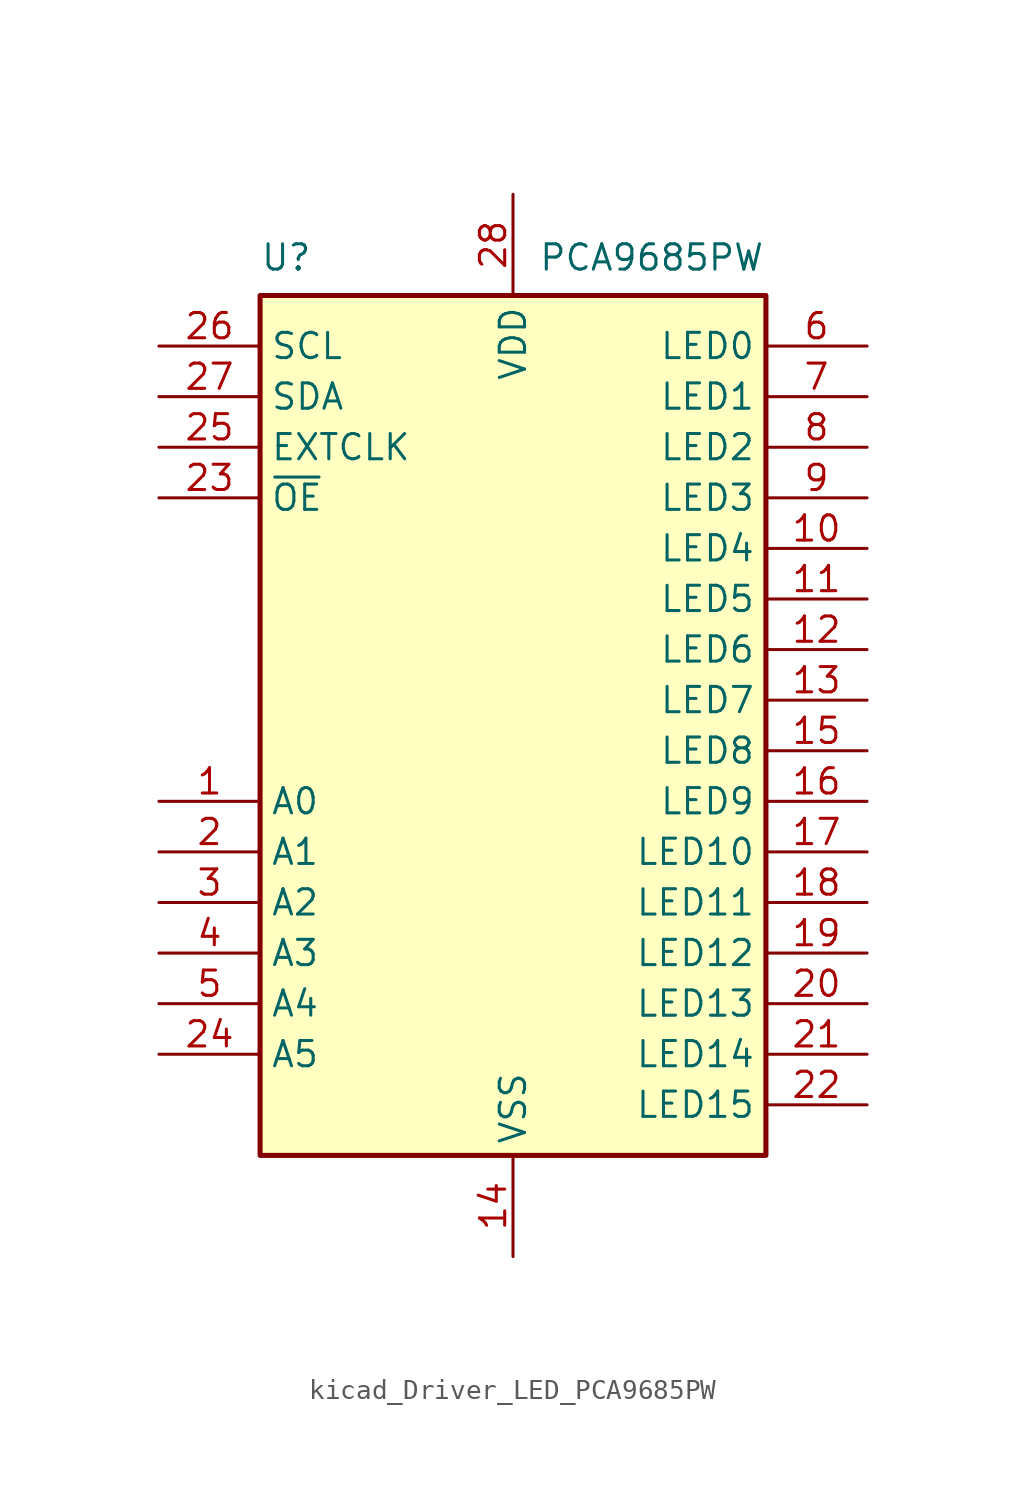
<source format=kicad_sym>
(kicad_symbol_lib
  (version 20220914)
  (generator kicad_symbol_editor)
  (symbol "kicad_Driver_LED_PCA9685PW"
    (property "Reference" "U"
      (at -12.7 22.225 0)
      (effects (font (size 1.27 1.27)) (justify left)))
    (property "Value" "PCA9685PW"
      (at 1.27 22.225 0)
      (effects (font (size 1.27 1.27)) (justify left)))
    (symbol "kicad_Driver_LED_PCA9685PW_0_1"
      (rectangle (start -12.7 20.32) (end 12.7 -22.86) (stroke (width 0.254) (type default)) (fill (type background))))
    (symbol "kicad_Driver_LED_PCA9685PW_1_1"
      (pin input line (at -17.78 -5.08 0) (length 5.08) (name "A0" (effects (font (size 1.27 1.27)))) (number "1" (effects (font (size 1.27 1.27)))))
      (pin output line (at 17.78 7.62 180) (length 5.08) (name "LED4" (effects (font (size 1.27 1.27)))) (number "10" (effects (font (size 1.27 1.27)))))
      (pin output line (at 17.78 5.08 180) (length 5.08) (name "LED5" (effects (font (size 1.27 1.27)))) (number "11" (effects (font (size 1.27 1.27)))))
      (pin output line (at 17.78 2.54 180) (length 5.08) (name "LED6" (effects (font (size 1.27 1.27)))) (number "12" (effects (font (size 1.27 1.27)))))
      (pin output line (at 17.78 0 180) (length 5.08) (name "LED7" (effects (font (size 1.27 1.27)))) (number "13" (effects (font (size 1.27 1.27)))))
      (pin power_in line (at 0 -27.94 90) (length 5.08) (name "VSS" (effects (font (size 1.27 1.27)))) (number "14" (effects (font (size 1.27 1.27)))))
      (pin output line (at 17.78 -2.54 180) (length 5.08) (name "LED8" (effects (font (size 1.27 1.27)))) (number "15" (effects (font (size 1.27 1.27)))))
      (pin output line (at 17.78 -5.08 180) (length 5.08) (name "LED9" (effects (font (size 1.27 1.27)))) (number "16" (effects (font (size 1.27 1.27)))))
      (pin output line (at 17.78 -7.62 180) (length 5.08) (name "LED10" (effects (font (size 1.27 1.27)))) (number "17" (effects (font (size 1.27 1.27)))))
      (pin output line (at 17.78 -10.16 180) (length 5.08) (name "LED11" (effects (font (size 1.27 1.27)))) (number "18" (effects (font (size 1.27 1.27)))))
      (pin output line (at 17.78 -12.7 180) (length 5.08) (name "LED12" (effects (font (size 1.27 1.27)))) (number "19" (effects (font (size 1.27 1.27)))))
      (pin input line (at -17.78 -7.62 0) (length 5.08) (name "A1" (effects (font (size 1.27 1.27)))) (number "2" (effects (font (size 1.27 1.27)))))
      (pin output line (at 17.78 -15.24 180) (length 5.08) (name "LED13" (effects (font (size 1.27 1.27)))) (number "20" (effects (font (size 1.27 1.27)))))
      (pin output line (at 17.78 -17.78 180) (length 5.08) (name "LED14" (effects (font (size 1.27 1.27)))) (number "21" (effects (font (size 1.27 1.27)))))
      (pin output line (at 17.78 -20.32 180) (length 5.08) (name "LED15" (effects (font (size 1.27 1.27)))) (number "22" (effects (font (size 1.27 1.27)))))
      (pin input line (at -17.78 10.16 0) (length 5.08) (name "~{OE}" (effects (font (size 1.27 1.27)))) (number "23" (effects (font (size 1.27 1.27)))))
      (pin input line (at -17.78 -17.78 0) (length 5.08) (name "A5" (effects (font (size 1.27 1.27)))) (number "24" (effects (font (size 1.27 1.27)))))
      (pin input line (at -17.78 12.7 0) (length 5.08) (name "EXTCLK" (effects (font (size 1.27 1.27)))) (number "25" (effects (font (size 1.27 1.27)))))
      (pin input line (at -17.78 17.78 0) (length 5.08) (name "SCL" (effects (font (size 1.27 1.27)))) (number "26" (effects (font (size 1.27 1.27)))))
      (pin bidirectional line (at -17.78 15.24 0) (length 5.08) (name "SDA" (effects (font (size 1.27 1.27)))) (number "27" (effects (font (size 1.27 1.27)))))
      (pin power_in line (at 0 25.4 270) (length 5.08) (name "VDD" (effects (font (size 1.27 1.27)))) (number "28" (effects (font (size 1.27 1.27)))))
      (pin input line (at -17.78 -10.16 0) (length 5.08) (name "A2" (effects (font (size 1.27 1.27)))) (number "3" (effects (font (size 1.27 1.27)))))
      (pin input line (at -17.78 -12.7 0) (length 5.08) (name "A3" (effects (font (size 1.27 1.27)))) (number "4" (effects (font (size 1.27 1.27)))))
      (pin input line (at -17.78 -15.24 0) (length 5.08) (name "A4" (effects (font (size 1.27 1.27)))) (number "5" (effects (font (size 1.27 1.27)))))
      (pin output line (at 17.78 17.78 180) (length 5.08) (name "LED0" (effects (font (size 1.27 1.27)))) (number "6" (effects (font (size 1.27 1.27)))))
      (pin output line (at 17.78 15.24 180) (length 5.08) (name "LED1" (effects (font (size 1.27 1.27)))) (number "7" (effects (font (size 1.27 1.27)))))
      (pin output line (at 17.78 12.7 180) (length 5.08) (name "LED2" (effects (font (size 1.27 1.27)))) (number "8" (effects (font (size 1.27 1.27)))))
      (pin output line (at 17.78 10.16 180) (length 5.08) (name "LED3" (effects (font (size 1.27 1.27)))) (number "9" (effects (font (size 1.27 1.27))))))))
</source>
